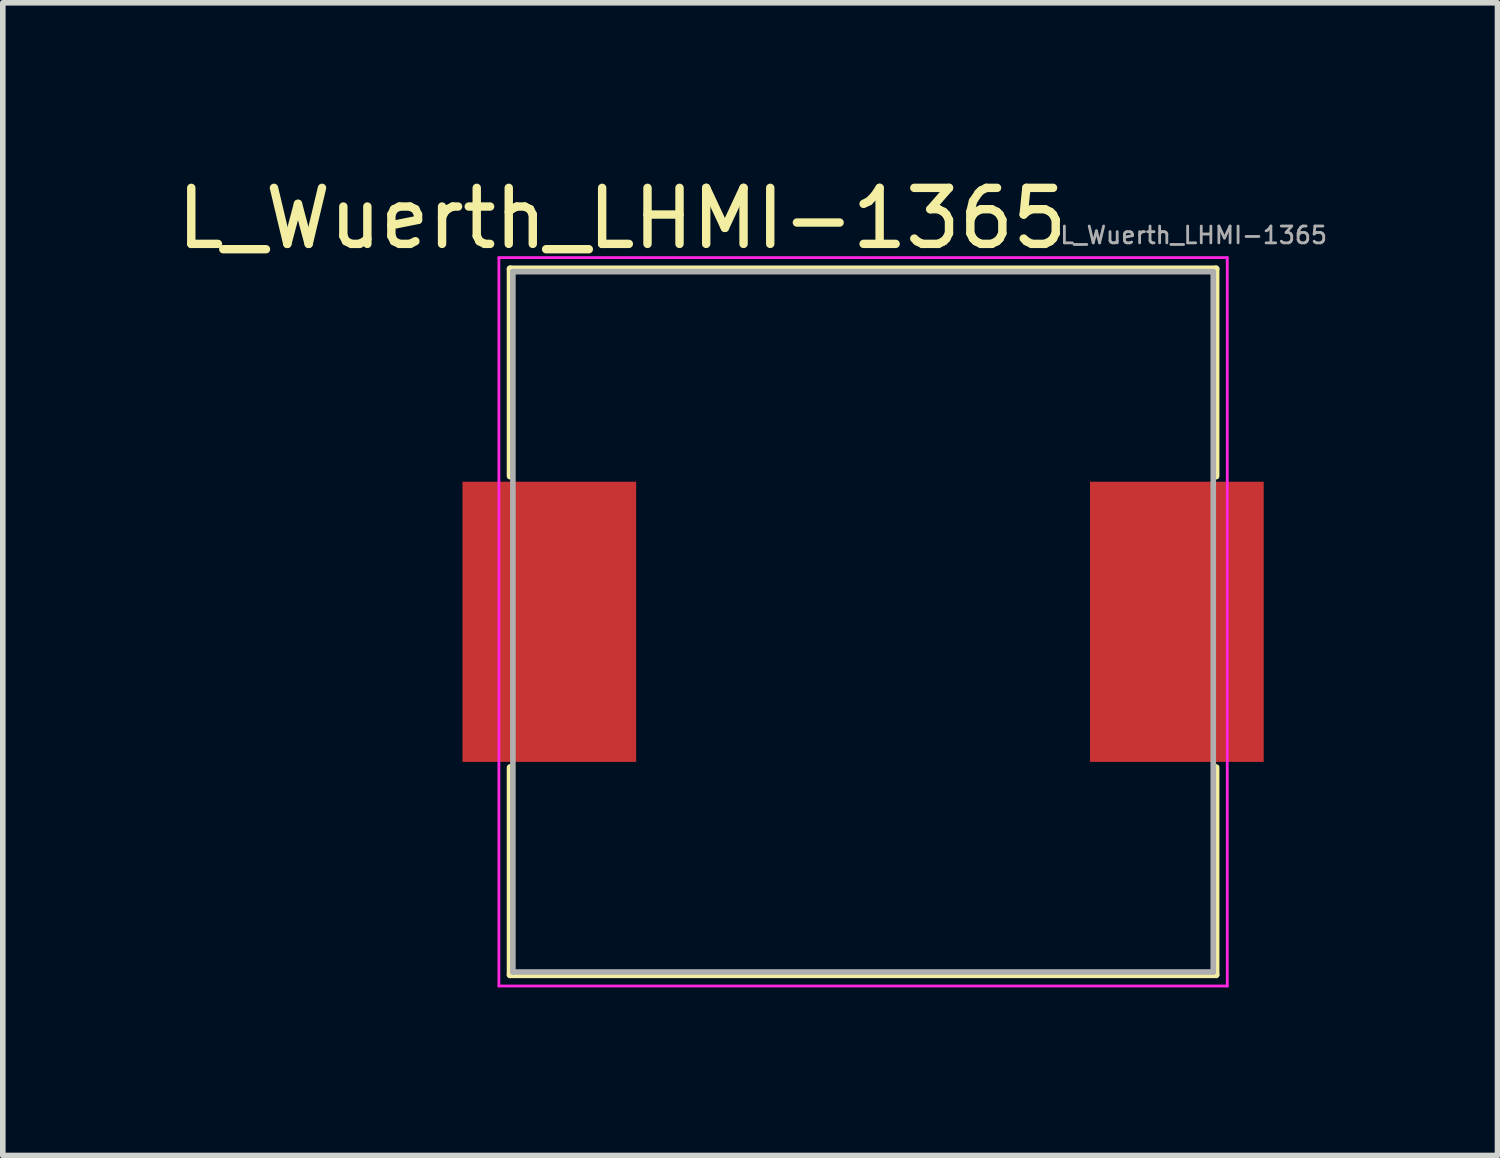
<source format=kicad_pcb>
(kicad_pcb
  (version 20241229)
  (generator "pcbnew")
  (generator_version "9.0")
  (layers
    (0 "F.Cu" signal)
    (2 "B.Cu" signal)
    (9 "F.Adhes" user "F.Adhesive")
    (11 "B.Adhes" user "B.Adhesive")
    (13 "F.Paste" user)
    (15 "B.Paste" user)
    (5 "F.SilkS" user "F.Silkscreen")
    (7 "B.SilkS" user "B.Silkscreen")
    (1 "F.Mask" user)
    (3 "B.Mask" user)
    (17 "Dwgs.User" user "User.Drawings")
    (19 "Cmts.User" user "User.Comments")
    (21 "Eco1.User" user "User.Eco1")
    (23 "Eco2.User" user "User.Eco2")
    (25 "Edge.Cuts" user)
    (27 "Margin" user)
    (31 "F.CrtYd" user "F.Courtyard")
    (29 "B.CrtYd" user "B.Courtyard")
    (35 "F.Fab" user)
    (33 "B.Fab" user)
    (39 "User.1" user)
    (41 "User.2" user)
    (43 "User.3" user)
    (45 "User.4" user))
  (footprint "L_Wuerth_LHMI-1365"
    (layer "F.Cu")
    (at 12.354 8.048)
    (property "Reference" "L_Wuerth_LHMI-1365" (at -4.3 -7.2 0) (layer "F.SilkS") (effects (font (size 1 1) (thickness 0.15))))
    (attr smd)
    (fp_line (start -6.3 -6.3) (end 6.3 -6.3) (stroke (width 0.12) (type solid)) (layer "F.SilkS"))
    (fp_line (start -6.3 -2.6) (end -6.3 -6.3) (stroke (width 0.12) (type solid)) (layer "F.SilkS"))
    (fp_line (start -6.3 6.3) (end -6.3 2.6) (stroke (width 0.12) (type solid)) (layer "F.SilkS"))
    (fp_line (start 6.3 -6.3) (end 6.3 -2.6) (stroke (width 0.12) (type solid)) (layer "F.SilkS"))
    (fp_line (start 6.3 2.6) (end 6.3 6.3) (stroke (width 0.12) (type solid)) (layer "F.SilkS"))
    (fp_line (start 6.3 6.3) (end -6.3 6.3) (stroke (width 0.12) (type solid)) (layer "F.SilkS"))
    (fp_line (start -6.5 -6.5) (end -6.5 6.5) (stroke (width 0.05) (type solid)) (layer "F.CrtYd"))
    (fp_line (start -6.5 6.5) (end 6.5 6.5) (stroke (width 0.05) (type solid)) (layer "F.CrtYd"))
    (fp_line (start 6.5 -6.5) (end -6.5 -6.5) (stroke (width 0.05) (type solid)) (layer "F.CrtYd"))
    (fp_line (start 6.5 6.5) (end 6.5 -6.5) (stroke (width 0.05) (type solid)) (layer "F.CrtYd"))
    (fp_line (start -6.25 -6.25) (end -6.25 6.25) (stroke (width 0.1) (type solid)) (layer "F.Fab"))
    (fp_line (start -6.25 6.25) (end 6.25 6.25) (stroke (width 0.1) (type solid)) (layer "F.Fab"))
    (fp_line (start 6.25 -6.25) (end -6.25 -6.25) (stroke (width 0.1) (type solid)) (layer "F.Fab"))
    (fp_line (start 6.25 6.25) (end 6.25 -6.25) (stroke (width 0.1) (type solid)) (layer "F.Fab"))
    (fp_text user "${REFERENCE}" (at 5.9 -6.9 0) (layer "F.Fab") (effects (font (size 0.3 0.3) (thickness 0.05))))
    (pad "1" smd rect (at -5.6 0) (size 3.1 5) (layers "F.Cu" "F.Mask" "F.Paste"))
    (pad "2" smd rect (at 5.6 0) (size 3.1 5) (layers "F.Cu" "F.Mask" "F.Paste")))
  (gr_rect
    (start -3 -3)
    (end 23.677 17.573)
    (stroke (width 0.1) (type default))
    (fill no)
    (layer "Edge.Cuts")))
</source>
